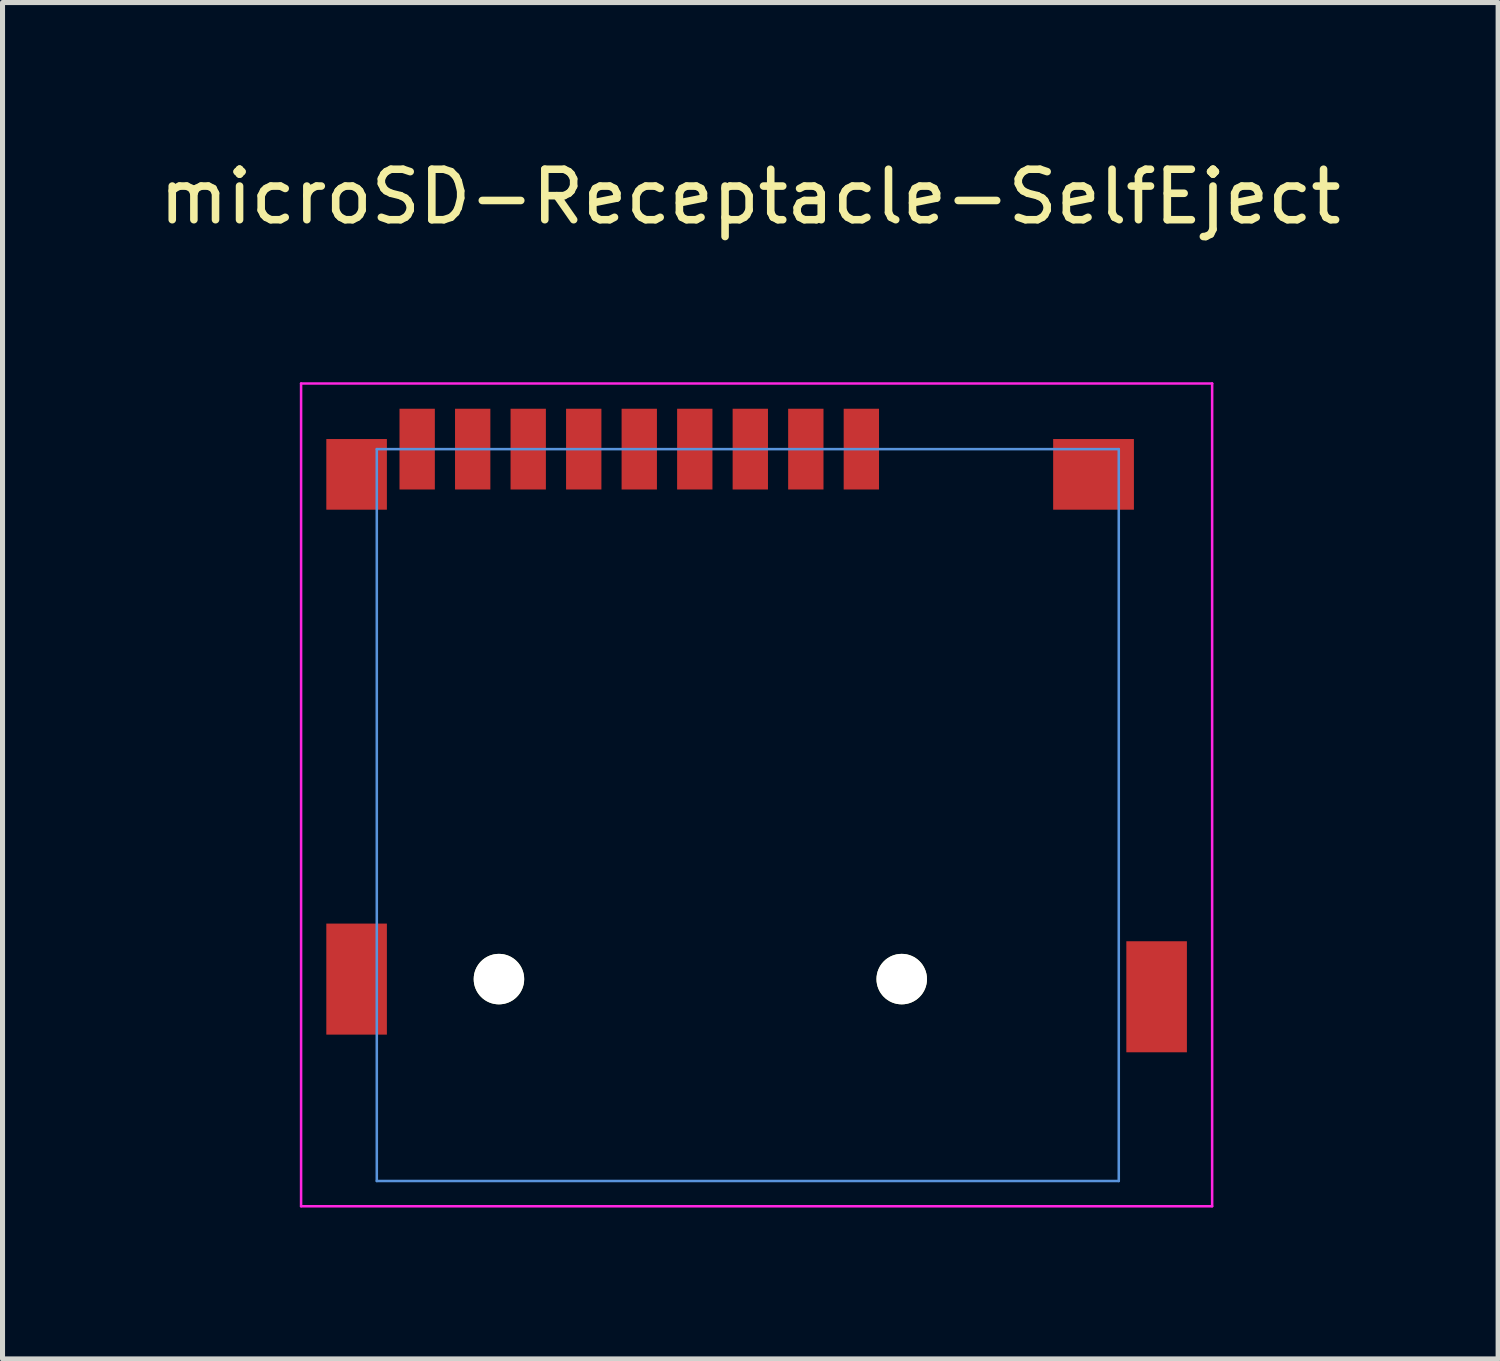
<source format=kicad_pcb>
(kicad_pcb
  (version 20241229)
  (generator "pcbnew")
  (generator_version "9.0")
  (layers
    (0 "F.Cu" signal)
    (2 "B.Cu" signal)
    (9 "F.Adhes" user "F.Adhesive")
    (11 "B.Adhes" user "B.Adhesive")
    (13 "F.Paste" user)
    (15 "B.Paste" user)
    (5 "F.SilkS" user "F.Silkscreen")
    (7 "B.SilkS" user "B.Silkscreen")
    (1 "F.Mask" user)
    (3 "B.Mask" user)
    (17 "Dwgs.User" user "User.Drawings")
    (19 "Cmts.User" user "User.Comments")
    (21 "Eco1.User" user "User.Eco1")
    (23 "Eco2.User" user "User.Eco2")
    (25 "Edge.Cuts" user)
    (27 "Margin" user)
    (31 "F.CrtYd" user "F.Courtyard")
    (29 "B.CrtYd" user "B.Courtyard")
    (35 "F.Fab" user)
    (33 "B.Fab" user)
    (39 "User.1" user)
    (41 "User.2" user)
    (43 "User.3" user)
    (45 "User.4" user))
  (footprint "microSD-Receptacle-SelfEject"
    (layer "F.Cu")
    (at 11.765 5.848)
    (property "Reference" "microSD-Receptacle-SelfEject" (at 0.05 -5 0) (layer "F.SilkS") (effects (font (size 1 1) (thickness 0.15))))
    (attr through_hole)
    (fp_line (start -7.35 0) (end -7.35 14.5) (stroke (width 0.05) (type solid)) (layer "Cmts.User"))
    (fp_line (start -7.35 14.5) (end 7.35 14.5) (stroke (width 0.05) (type solid)) (layer "Cmts.User"))
    (fp_line (start 7.35 0) (end -7.35 0) (stroke (width 0.05) (type solid)) (layer "Cmts.User"))
    (fp_line (start 7.35 14.5) (end 7.35 0) (stroke (width 0.05) (type solid)) (layer "Cmts.User"))
    (fp_line (start -8.85 -1.3) (end -8.85 15) (stroke (width 0.05) (type solid)) (layer "F.CrtYd"))
    (fp_line (start -8.85 15) (end 9.2 15) (stroke (width 0.05) (type solid)) (layer "F.CrtYd"))
    (fp_line (start 9.2 -1.3) (end -8.85 -1.3) (stroke (width 0.05) (type solid)) (layer "F.CrtYd"))
    (fp_line (start 9.2 15) (end 9.2 -1.3) (stroke (width 0.05) (type solid)) (layer "F.CrtYd"))
    (pad "" np_thru_hole circle (at -4.93 10.5 180) (size 1 1) (drill 1) (layers "*.Cu" "*.Mask" "F.SilkS"))
    (pad "" np_thru_hole circle (at 3.05 10.5 180) (size 1 1) (drill 1) (layers "*.Cu" "*.Mask" "F.SilkS"))
    (pad "1" smd rect (at 2.25 0 180) (size 0.7 1.6) (layers "F.Cu" "F.Mask" "F.Paste"))
    (pad "2" smd rect (at 1.15 0 180) (size 0.7 1.6) (layers "F.Cu" "F.Mask" "F.Paste"))
    (pad "3" smd rect (at 0.05 0 180) (size 0.7 1.6) (layers "F.Cu" "F.Mask" "F.Paste"))
    (pad "4" smd rect (at -1.05 0 180) (size 0.7 1.6) (layers "F.Cu" "F.Mask" "F.Paste"))
    (pad "5" smd rect (at -2.15 0 180) (size 0.7 1.6) (layers "F.Cu" "F.Mask" "F.Paste"))
    (pad "6" smd rect (at -3.25 0 180) (size 0.7 1.6) (layers "F.Cu" "F.Mask" "F.Paste"))
    (pad "7" smd rect (at -4.35 0 180) (size 0.7 1.6) (layers "F.Cu" "F.Mask" "F.Paste"))
    (pad "8" smd rect (at -5.45 0 180) (size 0.7 1.6) (layers "F.Cu" "F.Mask" "F.Paste"))
    (pad "10" smd rect (at -6.55 0 180) (size 0.7 1.6) (layers "F.Cu" "F.Mask" "F.Paste"))
    (pad "11" smd rect (at -7.75 0.5 180) (size 1.2 1.4) (layers "F.Cu" "F.Mask" "F.Paste"))
    (pad "11" smd rect (at -7.75 10.5 180) (size 1.2 2.2) (layers "F.Cu" "F.Mask" "F.Paste"))
    (pad "11" smd rect (at 6.85 0.5 180) (size 1.6 1.4) (layers "F.Cu" "F.Mask" "F.Paste"))
    (pad "11" smd rect (at 8.1 10.85 180) (size 1.2 2.2) (layers "F.Cu" "F.Mask" "F.Paste")))
  (gr_rect
    (start -3 -3)
    (end 26.631 23.873)
    (stroke (width 0.1) (type default))
    (fill no)
    (layer "Edge.Cuts")))
</source>
